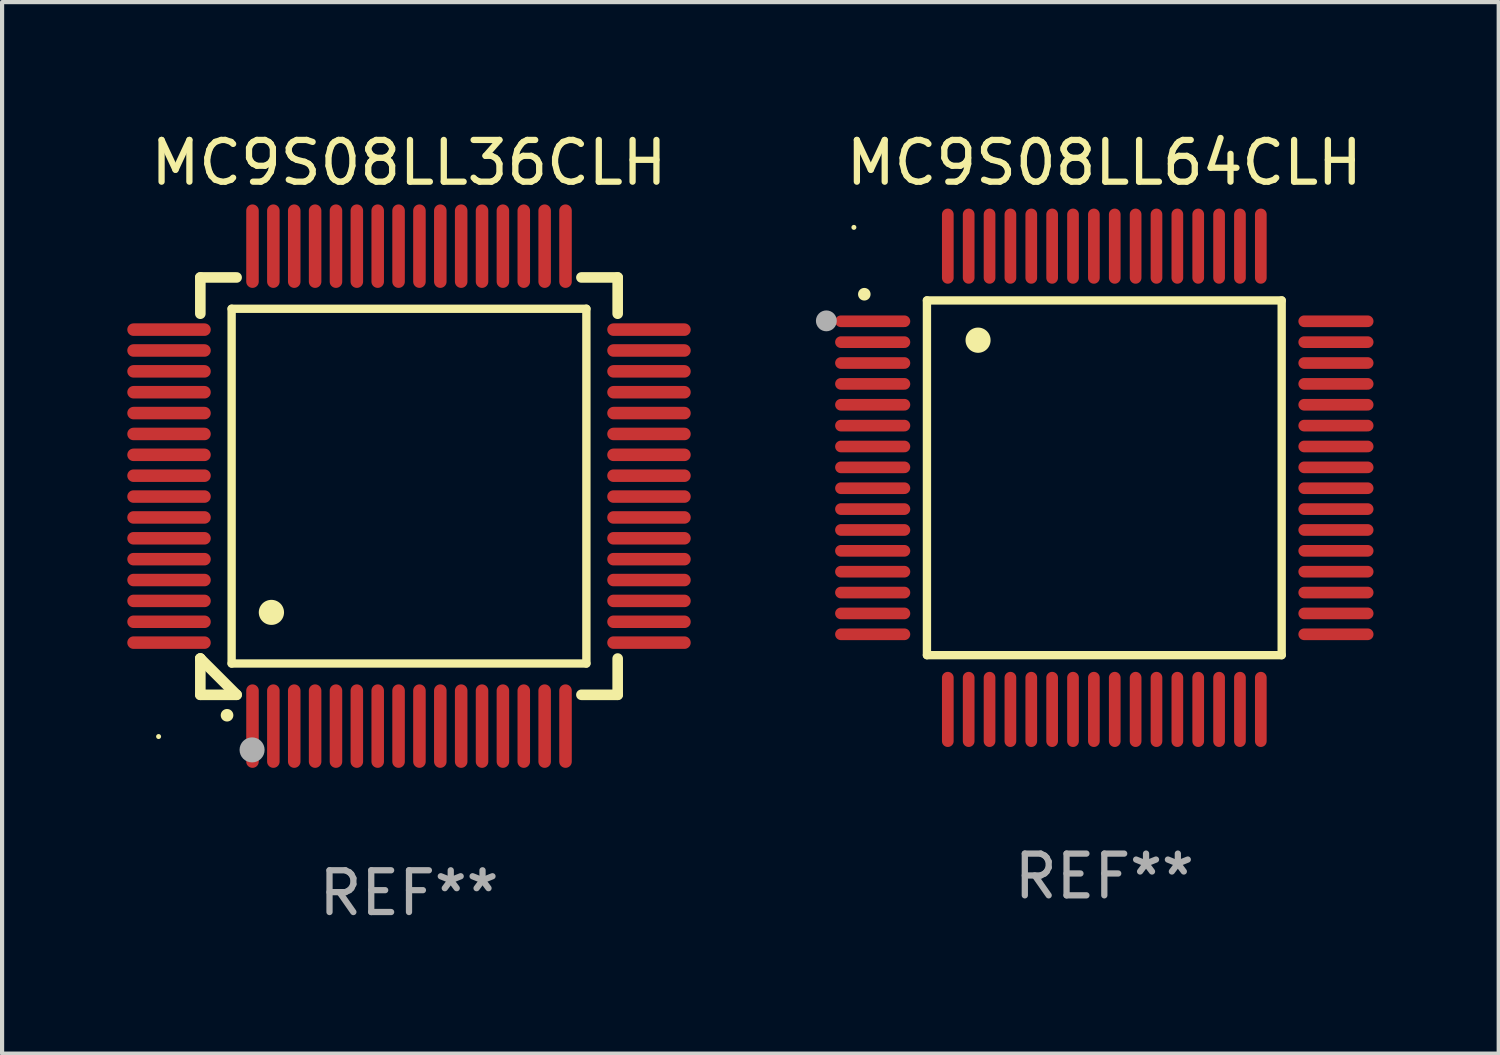
<source format=kicad_pcb>
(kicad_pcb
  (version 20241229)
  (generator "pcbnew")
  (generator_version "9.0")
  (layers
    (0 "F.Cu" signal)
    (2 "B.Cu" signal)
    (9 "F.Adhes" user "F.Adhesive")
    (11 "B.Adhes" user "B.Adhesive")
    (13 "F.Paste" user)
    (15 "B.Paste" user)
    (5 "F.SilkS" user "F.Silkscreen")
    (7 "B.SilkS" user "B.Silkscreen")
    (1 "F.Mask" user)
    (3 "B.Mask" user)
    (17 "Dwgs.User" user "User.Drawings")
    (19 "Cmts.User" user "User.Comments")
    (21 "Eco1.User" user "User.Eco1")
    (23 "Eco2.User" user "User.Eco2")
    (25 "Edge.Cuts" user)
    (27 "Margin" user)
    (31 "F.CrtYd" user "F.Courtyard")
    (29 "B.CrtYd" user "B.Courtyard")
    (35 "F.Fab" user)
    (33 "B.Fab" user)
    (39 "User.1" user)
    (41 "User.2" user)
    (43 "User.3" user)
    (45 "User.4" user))
  (footprint "MC9S08LL36CLH"
    (layer "F.Cu")
    (at 6.75 8.598)
    (property "Reference" "MC9S08LL36CLH" (at 0 -7.75 0) (layer "F.SilkS") (effects (font (size 1 1) (thickness 0.15))))
    (attr through_hole)
    (fp_line (start -5 -5) (end -4.131 -5) (stroke (width 0.254) (type solid)) (layer "F.SilkS"))
    (fp_line (start -5 -4.131) (end -5 -5) (stroke (width 0.254) (type solid)) (layer "F.SilkS"))
    (fp_line (start -5 4.131) (end -5 4.131) (stroke (width 0.254) (type solid)) (layer "F.SilkS"))
    (fp_line (start -5 5) (end -5 4.131) (stroke (width 0.254) (type solid)) (layer "F.SilkS"))
    (fp_line (start -5 4.131) (end -4.131 5) (stroke (width 0.254) (type solid)) (layer "F.SilkS"))
    (fp_line (start -4.25 -4.25) (end -4.25 4.25) (stroke (width 0.2) (type solid)) (layer "F.SilkS"))
    (fp_line (start -4.25 4.25) (end 4.25 4.25) (stroke (width 0.2) (type solid)) (layer "F.SilkS"))
    (fp_line (start -4.131 5) (end -5 5) (stroke (width 0.254) (type solid)) (layer "F.SilkS"))
    (fp_line (start 4.25 -4.25) (end -4.25 -4.25) (stroke (width 0.2) (type solid)) (layer "F.SilkS"))
    (fp_line (start 4.25 4.25) (end 4.25 -4.25) (stroke (width 0.2) (type solid)) (layer "F.SilkS"))
    (fp_line (start 5 -5) (end 4.131 -5) (stroke (width 0.254) (type solid)) (layer "F.SilkS"))
    (fp_line (start 5 -5) (end 5 -4.131) (stroke (width 0.254) (type solid)) (layer "F.SilkS"))
    (fp_line (start 5 4.131) (end 5 5) (stroke (width 0.254) (type solid)) (layer "F.SilkS"))
    (fp_line (start 5 5) (end 4.131 5) (stroke (width 0.254) (type solid)) (layer "F.SilkS"))
    (fp_arc (start -4.361265 5.489992) (mid -4.359995 5.489987) (end -4.358725 5.489992) (stroke (width 0.3) (type solid)) (layer "F.SilkS"))
    (fp_arc (start -3.299467 3.025146) (mid -3.296927 3.025135) (end -3.294387 3.025146) (stroke (width 0.6) (type solid)) (layer "F.SilkS"))
    (fp_circle (center -6 6) (end -5.97 6) (stroke (width 0.06) (type solid)) (fill no) (layer "F.SilkS"))
    (fp_circle (center -3.76 6.32) (end -3.61 6.32) (stroke (width 0.3) (type solid)) (fill no) (layer "F.Fab"))
    (fp_text user "REF**" (at 0 9.75 0) (layer "F.Fab") (effects (font (size 1 1) (thickness 0.15))))
    (pad "1" smd oval (at -3.75 5.75) (size 0.3 2) (layers "F.Cu" "F.Mask" "F.Paste"))
    (pad "2" smd oval (at -3.25 5.75) (size 0.3 2) (layers "F.Cu" "F.Mask" "F.Paste"))
    (pad "3" smd oval (at -2.75 5.75) (size 0.3 2) (layers "F.Cu" "F.Mask" "F.Paste"))
    (pad "4" smd oval (at -2.25 5.75) (size 0.3 2) (layers "F.Cu" "F.Mask" "F.Paste"))
    (pad "5" smd oval (at -1.75 5.75) (size 0.3 2) (layers "F.Cu" "F.Mask" "F.Paste"))
    (pad "6" smd oval (at -1.25 5.75) (size 0.3 2) (layers "F.Cu" "F.Mask" "F.Paste"))
    (pad "7" smd oval (at -0.75 5.75) (size 0.3 2) (layers "F.Cu" "F.Mask" "F.Paste"))
    (pad "8" smd oval (at -0.25 5.75) (size 0.3 2) (layers "F.Cu" "F.Mask" "F.Paste"))
    (pad "9" smd oval (at 0.25 5.75) (size 0.3 2) (layers "F.Cu" "F.Mask" "F.Paste"))
    (pad "10" smd oval (at 0.75 5.75) (size 0.3 2) (layers "F.Cu" "F.Mask" "F.Paste"))
    (pad "11" smd oval (at 1.25 5.75) (size 0.3 2) (layers "F.Cu" "F.Mask" "F.Paste"))
    (pad "12" smd oval (at 1.75 5.75) (size 0.3 2) (layers "F.Cu" "F.Mask" "F.Paste"))
    (pad "13" smd oval (at 2.25 5.75) (size 0.3 2) (layers "F.Cu" "F.Mask" "F.Paste"))
    (pad "14" smd oval (at 2.75 5.75) (size 0.3 2) (layers "F.Cu" "F.Mask" "F.Paste"))
    (pad "15" smd oval (at 3.25 5.75) (size 0.3 2) (layers "F.Cu" "F.Mask" "F.Paste"))
    (pad "16" smd oval (at 3.75 5.75) (size 0.3 2) (layers "F.Cu" "F.Mask" "F.Paste"))
    (pad "17" smd oval (at 5.75 3.75) (size 2 0.3) (layers "F.Cu" "F.Mask" "F.Paste"))
    (pad "18" smd oval (at 5.75 3.25) (size 2 0.3) (layers "F.Cu" "F.Mask" "F.Paste"))
    (pad "19" smd oval (at 5.75 2.75) (size 2 0.3) (layers "F.Cu" "F.Mask" "F.Paste"))
    (pad "20" smd oval (at 5.75 2.25) (size 2 0.3) (layers "F.Cu" "F.Mask" "F.Paste"))
    (pad "21" smd oval (at 5.75 1.75) (size 2 0.3) (layers "F.Cu" "F.Mask" "F.Paste"))
    (pad "22" smd oval (at 5.75 1.25) (size 2 0.3) (layers "F.Cu" "F.Mask" "F.Paste"))
    (pad "23" smd oval (at 5.75 0.75) (size 2 0.3) (layers "F.Cu" "F.Mask" "F.Paste"))
    (pad "24" smd oval (at 5.75 0.25) (size 2 0.3) (layers "F.Cu" "F.Mask" "F.Paste"))
    (pad "25" smd oval (at 5.75 -0.25) (size 2 0.3) (layers "F.Cu" "F.Mask" "F.Paste"))
    (pad "26" smd oval (at 5.75 -0.75) (size 2 0.3) (layers "F.Cu" "F.Mask" "F.Paste"))
    (pad "27" smd oval (at 5.75 -1.25) (size 2 0.3) (layers "F.Cu" "F.Mask" "F.Paste"))
    (pad "28" smd oval (at 5.75 -1.75) (size 2 0.3) (layers "F.Cu" "F.Mask" "F.Paste"))
    (pad "29" smd oval (at 5.75 -2.25) (size 2 0.3) (layers "F.Cu" "F.Mask" "F.Paste"))
    (pad "30" smd oval (at 5.75 -2.75) (size 2 0.3) (layers "F.Cu" "F.Mask" "F.Paste"))
    (pad "31" smd oval (at 5.75 -3.25) (size 2 0.3) (layers "F.Cu" "F.Mask" "F.Paste"))
    (pad "32" smd oval (at 5.75 -3.75) (size 2 0.3) (layers "F.Cu" "F.Mask" "F.Paste"))
    (pad "33" smd oval (at 3.75 -5.75) (size 0.3 2) (layers "F.Cu" "F.Mask" "F.Paste"))
    (pad "34" smd oval (at 3.25 -5.75) (size 0.3 2) (layers "F.Cu" "F.Mask" "F.Paste"))
    (pad "35" smd oval (at 2.75 -5.75) (size 0.3 2) (layers "F.Cu" "F.Mask" "F.Paste"))
    (pad "36" smd oval (at 2.25 -5.75) (size 0.3 2) (layers "F.Cu" "F.Mask" "F.Paste"))
    (pad "37" smd oval (at 1.75 -5.75) (size 0.3 2) (layers "F.Cu" "F.Mask" "F.Paste"))
    (pad "38" smd oval (at 1.25 -5.75) (size 0.3 2) (layers "F.Cu" "F.Mask" "F.Paste"))
    (pad "39" smd oval (at 0.75 -5.75) (size 0.3 2) (layers "F.Cu" "F.Mask" "F.Paste"))
    (pad "40" smd oval (at 0.25 -5.75) (size 0.3 2) (layers "F.Cu" "F.Mask" "F.Paste"))
    (pad "41" smd oval (at -0.25 -5.75) (size 0.3 2) (layers "F.Cu" "F.Mask" "F.Paste"))
    (pad "42" smd oval (at -0.75 -5.75) (size 0.3 2) (layers "F.Cu" "F.Mask" "F.Paste"))
    (pad "43" smd oval (at -1.25 -5.75) (size 0.3 2) (layers "F.Cu" "F.Mask" "F.Paste"))
    (pad "44" smd oval (at -1.75 -5.75) (size 0.3 2) (layers "F.Cu" "F.Mask" "F.Paste"))
    (pad "45" smd oval (at -2.25 -5.75) (size 0.3 2) (layers "F.Cu" "F.Mask" "F.Paste"))
    (pad "46" smd oval (at -2.75 -5.75) (size 0.3 2) (layers "F.Cu" "F.Mask" "F.Paste"))
    (pad "47" smd oval (at -3.25 -5.75) (size 0.3 2) (layers "F.Cu" "F.Mask" "F.Paste"))
    (pad "48" smd oval (at -3.75 -5.75) (size 0.3 2) (layers "F.Cu" "F.Mask" "F.Paste"))
    (pad "49" smd oval (at -5.75 -3.75) (size 2 0.3) (layers "F.Cu" "F.Mask" "F.Paste"))
    (pad "50" smd oval (at -5.75 -3.25) (size 2 0.3) (layers "F.Cu" "F.Mask" "F.Paste"))
    (pad "51" smd oval (at -5.75 -2.75) (size 2 0.3) (layers "F.Cu" "F.Mask" "F.Paste"))
    (pad "52" smd oval (at -5.75 -2.25) (size 2 0.3) (layers "F.Cu" "F.Mask" "F.Paste"))
    (pad "53" smd oval (at -5.75 -1.75) (size 2 0.3) (layers "F.Cu" "F.Mask" "F.Paste"))
    (pad "54" smd oval (at -5.75 -1.25) (size 2 0.3) (layers "F.Cu" "F.Mask" "F.Paste"))
    (pad "55" smd oval (at -5.75 -0.75) (size 2 0.3) (layers "F.Cu" "F.Mask" "F.Paste"))
    (pad "56" smd oval (at -5.75 -0.25) (size 2 0.3) (layers "F.Cu" "F.Mask" "F.Paste"))
    (pad "57" smd oval (at -5.75 0.25) (size 2 0.3) (layers "F.Cu" "F.Mask" "F.Paste"))
    (pad "58" smd oval (at -5.75 0.75) (size 2 0.3) (layers "F.Cu" "F.Mask" "F.Paste"))
    (pad "59" smd oval (at -5.75 1.25) (size 2 0.3) (layers "F.Cu" "F.Mask" "F.Paste"))
    (pad "60" smd oval (at -5.75 1.75) (size 2 0.3) (layers "F.Cu" "F.Mask" "F.Paste"))
    (pad "61" smd oval (at -5.75 2.25) (size 2 0.3) (layers "F.Cu" "F.Mask" "F.Paste"))
    (pad "62" smd oval (at -5.75 2.75) (size 2 0.3) (layers "F.Cu" "F.Mask" "F.Paste"))
    (pad "63" smd oval (at -5.75 3.25) (size 2 0.3) (layers "F.Cu" "F.Mask" "F.Paste"))
    (pad "64" smd oval (at -5.75 3.75) (size 2 0.3) (layers "F.Cu" "F.Mask" "F.Paste")))
  (footprint "MC9S08LL64CLH"
    (layer "F.Cu")
    (at 23.41 8.398)
    (property "Reference" "MC9S08LL64CLH" (at 0 -7.55 0) (layer "F.SilkS") (effects (font (size 1 1) (thickness 0.15))))
    (attr through_hole)
    (fp_line (start -4.25 -4.25) (end -4.25 4.25) (stroke (width 0.2) (type solid)) (layer "F.SilkS"))
    (fp_line (start -4.25 4.25) (end 4.25 4.25) (stroke (width 0.2) (type solid)) (layer "F.SilkS"))
    (fp_line (start 4.25 -4.25) (end -4.25 -4.25) (stroke (width 0.2) (type solid)) (layer "F.SilkS"))
    (fp_line (start 4.25 4.25) (end 4.25 -4.25) (stroke (width 0.2) (type solid)) (layer "F.SilkS"))
    (fp_arc (start -5.750572 -4.396749) (mid -5.750577 -4.398019) (end -5.750572 -4.399289) (stroke (width 0.3) (type solid)) (layer "F.SilkS"))
    (fp_arc (start -3.025146 -3.294387) (mid -3.025157 -3.296927) (end -3.025146 -3.299467) (stroke (width 0.6) (type solid)) (layer "F.SilkS"))
    (fp_circle (center -6 -6) (end -5.97 -6) (stroke (width 0.06) (type solid)) (fill no) (layer "F.SilkS"))
    (fp_circle (center -6.66 -3.76) (end -6.535 -3.76) (stroke (width 0.25) (type solid)) (fill no) (layer "F.Fab"))
    (fp_text user "REF**" (at 0 9.55 0) (layer "F.Fab") (effects (font (size 1 1) (thickness 0.15))))
    (pad "1" smd oval (at -5.55 -3.75) (size 1.8 0.28) (layers "F.Cu" "F.Mask" "F.Paste"))
    (pad "2" smd oval (at -5.55 -3.25) (size 1.8 0.28) (layers "F.Cu" "F.Mask" "F.Paste"))
    (pad "3" smd oval (at -5.55 -2.75) (size 1.8 0.28) (layers "F.Cu" "F.Mask" "F.Paste"))
    (pad "4" smd oval (at -5.55 -2.25) (size 1.8 0.28) (layers "F.Cu" "F.Mask" "F.Paste"))
    (pad "5" smd oval (at -5.55 -1.75) (size 1.8 0.28) (layers "F.Cu" "F.Mask" "F.Paste"))
    (pad "6" smd oval (at -5.55 -1.25) (size 1.8 0.28) (layers "F.Cu" "F.Mask" "F.Paste"))
    (pad "7" smd oval (at -5.55 -0.75) (size 1.8 0.28) (layers "F.Cu" "F.Mask" "F.Paste"))
    (pad "8" smd oval (at -5.55 -0.25) (size 1.8 0.28) (layers "F.Cu" "F.Mask" "F.Paste"))
    (pad "9" smd oval (at -5.55 0.25) (size 1.8 0.28) (layers "F.Cu" "F.Mask" "F.Paste"))
    (pad "10" smd oval (at -5.55 0.75) (size 1.8 0.28) (layers "F.Cu" "F.Mask" "F.Paste"))
    (pad "11" smd oval (at -5.55 1.25) (size 1.8 0.28) (layers "F.Cu" "F.Mask" "F.Paste"))
    (pad "12" smd oval (at -5.55 1.75) (size 1.8 0.28) (layers "F.Cu" "F.Mask" "F.Paste"))
    (pad "13" smd oval (at -5.55 2.25) (size 1.8 0.28) (layers "F.Cu" "F.Mask" "F.Paste"))
    (pad "14" smd oval (at -5.55 2.75) (size 1.8 0.28) (layers "F.Cu" "F.Mask" "F.Paste"))
    (pad "15" smd oval (at -5.55 3.25) (size 1.8 0.28) (layers "F.Cu" "F.Mask" "F.Paste"))
    (pad "16" smd oval (at -5.55 3.75) (size 1.8 0.28) (layers "F.Cu" "F.Mask" "F.Paste"))
    (pad "17" smd oval (at -3.75 5.55) (size 0.28 1.8) (layers "F.Cu" "F.Mask" "F.Paste"))
    (pad "18" smd oval (at -3.25 5.55) (size 0.28 1.8) (layers "F.Cu" "F.Mask" "F.Paste"))
    (pad "19" smd oval (at -2.75 5.55) (size 0.28 1.8) (layers "F.Cu" "F.Mask" "F.Paste"))
    (pad "20" smd oval (at -2.25 5.55) (size 0.28 1.8) (layers "F.Cu" "F.Mask" "F.Paste"))
    (pad "21" smd oval (at -1.75 5.55) (size 0.28 1.8) (layers "F.Cu" "F.Mask" "F.Paste"))
    (pad "22" smd oval (at -1.25 5.55) (size 0.28 1.8) (layers "F.Cu" "F.Mask" "F.Paste"))
    (pad "23" smd oval (at -0.75 5.55) (size 0.28 1.8) (layers "F.Cu" "F.Mask" "F.Paste"))
    (pad "24" smd oval (at -0.25 5.55) (size 0.28 1.8) (layers "F.Cu" "F.Mask" "F.Paste"))
    (pad "25" smd oval (at 0.25 5.55) (size 0.28 1.8) (layers "F.Cu" "F.Mask" "F.Paste"))
    (pad "26" smd oval (at 0.75 5.55) (size 0.28 1.8) (layers "F.Cu" "F.Mask" "F.Paste"))
    (pad "27" smd oval (at 1.25 5.55) (size 0.28 1.8) (layers "F.Cu" "F.Mask" "F.Paste"))
    (pad "28" smd oval (at 1.75 5.55) (size 0.28 1.8) (layers "F.Cu" "F.Mask" "F.Paste"))
    (pad "29" smd oval (at 2.25 5.55) (size 0.28 1.8) (layers "F.Cu" "F.Mask" "F.Paste"))
    (pad "30" smd oval (at 2.75 5.55) (size 0.28 1.8) (layers "F.Cu" "F.Mask" "F.Paste"))
    (pad "31" smd oval (at 3.25 5.55) (size 0.28 1.8) (layers "F.Cu" "F.Mask" "F.Paste"))
    (pad "32" smd oval (at 3.75 5.55) (size 0.28 1.8) (layers "F.Cu" "F.Mask" "F.Paste"))
    (pad "33" smd oval (at 5.55 3.75) (size 1.8 0.28) (layers "F.Cu" "F.Mask" "F.Paste"))
    (pad "34" smd oval (at 5.55 3.25) (size 1.8 0.28) (layers "F.Cu" "F.Mask" "F.Paste"))
    (pad "35" smd oval (at 5.55 2.75) (size 1.8 0.28) (layers "F.Cu" "F.Mask" "F.Paste"))
    (pad "36" smd oval (at 5.55 2.25) (size 1.8 0.28) (layers "F.Cu" "F.Mask" "F.Paste"))
    (pad "37" smd oval (at 5.55 1.75) (size 1.8 0.28) (layers "F.Cu" "F.Mask" "F.Paste"))
    (pad "38" smd oval (at 5.55 1.25) (size 1.8 0.28) (layers "F.Cu" "F.Mask" "F.Paste"))
    (pad "39" smd oval (at 5.55 0.75) (size 1.8 0.28) (layers "F.Cu" "F.Mask" "F.Paste"))
    (pad "40" smd oval (at 5.55 0.25) (size 1.8 0.28) (layers "F.Cu" "F.Mask" "F.Paste"))
    (pad "41" smd oval (at 5.55 -0.25) (size 1.8 0.28) (layers "F.Cu" "F.Mask" "F.Paste"))
    (pad "42" smd oval (at 5.55 -0.75) (size 1.8 0.28) (layers "F.Cu" "F.Mask" "F.Paste"))
    (pad "43" smd oval (at 5.55 -1.25) (size 1.8 0.28) (layers "F.Cu" "F.Mask" "F.Paste"))
    (pad "44" smd oval (at 5.55 -1.75) (size 1.8 0.28) (layers "F.Cu" "F.Mask" "F.Paste"))
    (pad "45" smd oval (at 5.55 -2.25) (size 1.8 0.28) (layers "F.Cu" "F.Mask" "F.Paste"))
    (pad "46" smd oval (at 5.55 -2.75) (size 1.8 0.28) (layers "F.Cu" "F.Mask" "F.Paste"))
    (pad "47" smd oval (at 5.55 -3.25) (size 1.8 0.28) (layers "F.Cu" "F.Mask" "F.Paste"))
    (pad "48" smd oval (at 5.55 -3.75) (size 1.8 0.28) (layers "F.Cu" "F.Mask" "F.Paste"))
    (pad "49" smd oval (at 3.75 -5.55) (size 0.28 1.8) (layers "F.Cu" "F.Mask" "F.Paste"))
    (pad "50" smd oval (at 3.25 -5.55) (size 0.28 1.8) (layers "F.Cu" "F.Mask" "F.Paste"))
    (pad "51" smd oval (at 2.75 -5.55) (size 0.28 1.8) (layers "F.Cu" "F.Mask" "F.Paste"))
    (pad "52" smd oval (at 2.25 -5.55) (size 0.28 1.8) (layers "F.Cu" "F.Mask" "F.Paste"))
    (pad "53" smd oval (at 1.75 -5.55) (size 0.28 1.8) (layers "F.Cu" "F.Mask" "F.Paste"))
    (pad "54" smd oval (at 1.25 -5.55) (size 0.28 1.8) (layers "F.Cu" "F.Mask" "F.Paste"))
    (pad "55" smd oval (at 0.75 -5.55) (size 0.28 1.8) (layers "F.Cu" "F.Mask" "F.Paste"))
    (pad "56" smd oval (at 0.25 -5.55) (size 0.28 1.8) (layers "F.Cu" "F.Mask" "F.Paste"))
    (pad "57" smd oval (at -0.25 -5.55) (size 0.28 1.8) (layers "F.Cu" "F.Mask" "F.Paste"))
    (pad "58" smd oval (at -0.75 -5.55) (size 0.28 1.8) (layers "F.Cu" "F.Mask" "F.Paste"))
    (pad "59" smd oval (at -1.25 -5.55) (size 0.28 1.8) (layers "F.Cu" "F.Mask" "F.Paste"))
    (pad "60" smd oval (at -1.75 -5.55) (size 0.28 1.8) (layers "F.Cu" "F.Mask" "F.Paste"))
    (pad "61" smd oval (at -2.25 -5.55) (size 0.28 1.8) (layers "F.Cu" "F.Mask" "F.Paste"))
    (pad "62" smd oval (at -2.75 -5.55) (size 0.28 1.8) (layers "F.Cu" "F.Mask" "F.Paste"))
    (pad "63" smd oval (at -3.25 -5.55) (size 0.28 1.8) (layers "F.Cu" "F.Mask" "F.Paste"))
    (pad "64" smd oval (at -3.75 -5.55) (size 0.28 1.8) (layers "F.Cu" "F.Mask" "F.Paste")))
  (gr_rect
    (start -3 -3)
    (end 32.86 22.196)
    (stroke (width 0.1) (type default))
    (fill no)
    (layer "Edge.Cuts")))
</source>
